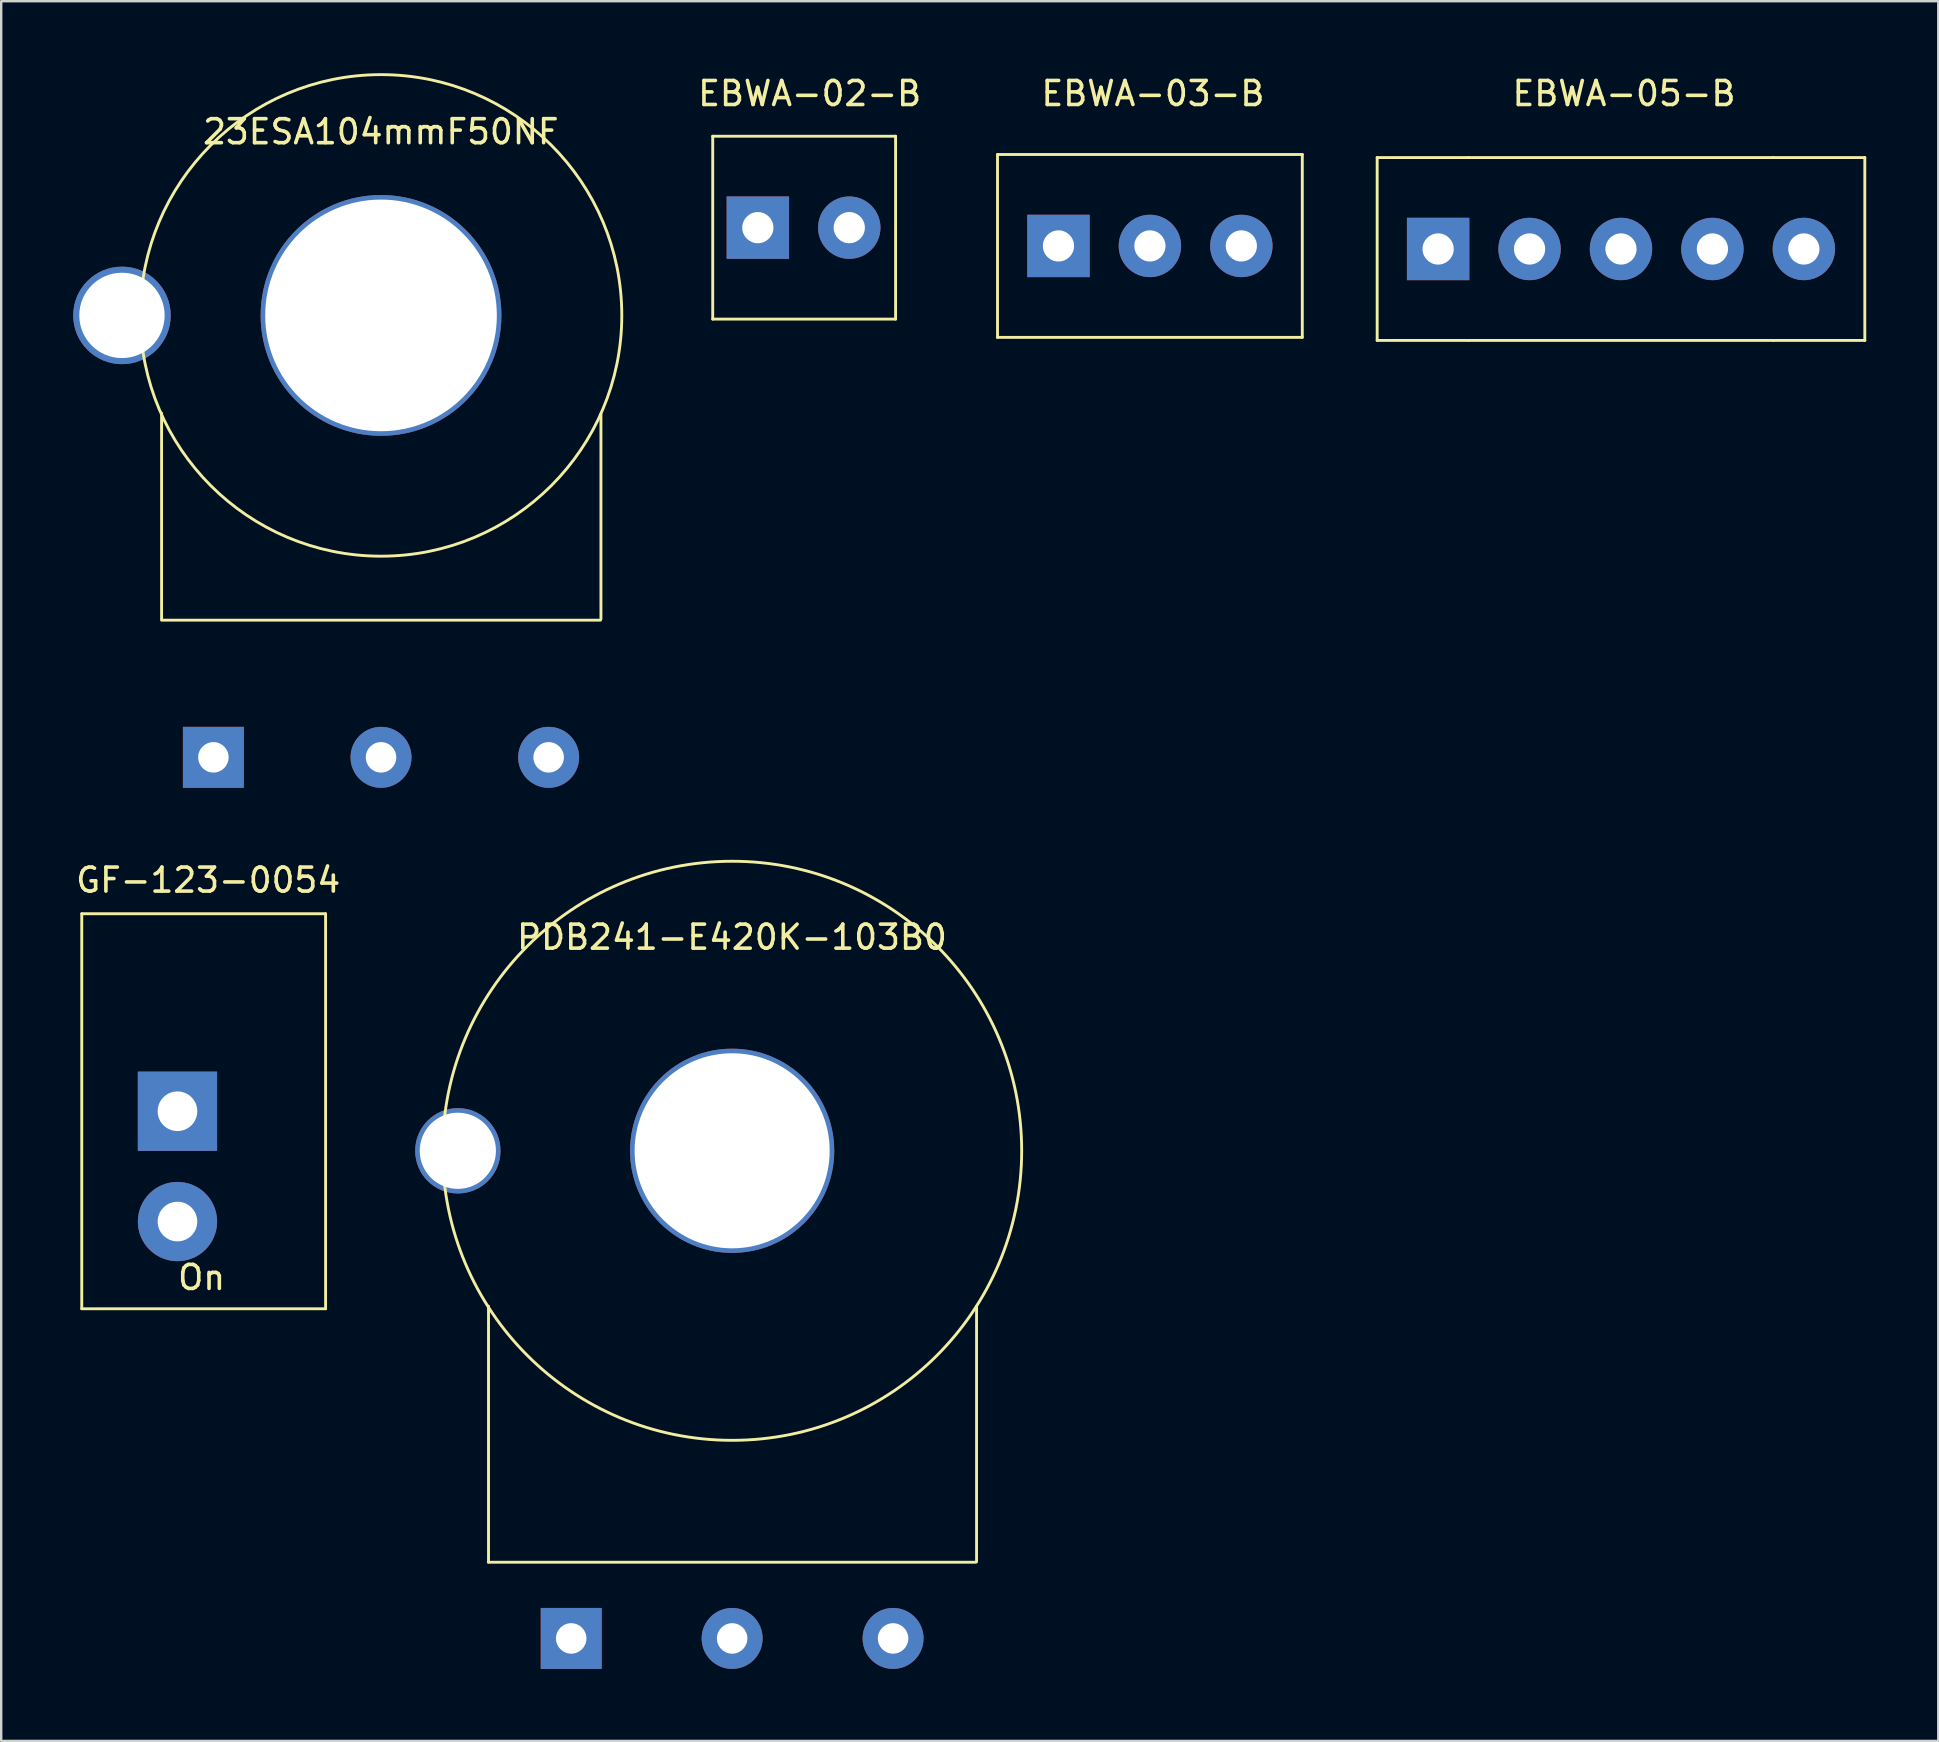
<source format=kicad_pcb>
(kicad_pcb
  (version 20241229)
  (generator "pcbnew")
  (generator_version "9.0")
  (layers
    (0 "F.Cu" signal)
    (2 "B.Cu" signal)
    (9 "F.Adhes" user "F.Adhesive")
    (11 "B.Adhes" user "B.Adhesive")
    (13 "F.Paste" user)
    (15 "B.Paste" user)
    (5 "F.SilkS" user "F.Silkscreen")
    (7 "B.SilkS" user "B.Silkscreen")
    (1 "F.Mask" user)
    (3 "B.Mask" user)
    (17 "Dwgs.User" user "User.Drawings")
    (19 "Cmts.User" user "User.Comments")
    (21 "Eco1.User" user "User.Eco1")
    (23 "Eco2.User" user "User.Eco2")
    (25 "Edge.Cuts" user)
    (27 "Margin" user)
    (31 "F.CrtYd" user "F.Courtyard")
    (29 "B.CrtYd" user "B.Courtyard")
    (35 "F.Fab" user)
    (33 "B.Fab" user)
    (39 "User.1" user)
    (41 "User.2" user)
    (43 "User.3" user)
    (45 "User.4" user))
  (footprint "EBWA-03-B"
    (layer "F.Cu")
    (at 44.866 7.198)
    (property "Reference" "EBWA-03-B" (at 0.127 -6.35 0) (layer "F.SilkS") (effects (font (size 1 1) (thickness 0.15))))
    (attr through_hole)
    (fp_line (start -6.35 -3.81) (end 6.35 -3.81) (stroke (width 0.12) (type solid)) (layer "F.SilkS"))
    (fp_line (start -6.35 3.81) (end -6.35 -3.81) (stroke (width 0.12) (type solid)) (layer "F.SilkS"))
    (fp_line (start 6.35 -3.81) (end 6.35 3.81) (stroke (width 0.12) (type solid)) (layer "F.SilkS"))
    (fp_line (start 6.35 3.81) (end -6.35 3.81) (stroke (width 0.12) (type solid)) (layer "F.SilkS"))
    (pad "1" thru_hole rect (at -3.81 0) (size 2.6 2.6) (drill 1.3) (layers "*.Cu" "*.Mask"))
    (pad "2" thru_hole circle (at 0 0) (size 2.6 2.6) (drill 1.3) (layers "*.Cu" "*.Mask"))
    (pad "3" thru_hole circle (at 3.81 0) (size 2.6 2.6) (drill 1.3) (layers "*.Cu" "*.Mask")))
  (footprint "EBWA-05-B"
    (layer "F.Cu")
    (at 64.496 7.325)
    (property "Reference" "EBWA-05-B" (at 0.127 -6.477 0) (layer "F.SilkS") (effects (font (size 1 1) (thickness 0.15))))
    (attr through_hole)
    (fp_line (start -10.16 -3.81) (end -10.16 3.81) (stroke (width 0.12) (type solid)) (layer "F.SilkS"))
    (fp_line (start -10.16 3.81) (end -6.35 3.81) (stroke (width 0.12) (type solid)) (layer "F.SilkS"))
    (fp_line (start -6.35 -3.81) (end -10.16 -3.81) (stroke (width 0.12) (type solid)) (layer "F.SilkS"))
    (fp_line (start -6.35 -3.81) (end 6.35 -3.81) (stroke (width 0.12) (type solid)) (layer "F.SilkS"))
    (fp_line (start 6.35 -3.81) (end 10.16 -3.81) (stroke (width 0.12) (type solid)) (layer "F.SilkS"))
    (fp_line (start 6.35 3.81) (end -6.35 3.81) (stroke (width 0.12) (type solid)) (layer "F.SilkS"))
    (fp_line (start 10.16 -3.81) (end 10.16 3.81) (stroke (width 0.12) (type solid)) (layer "F.SilkS"))
    (fp_line (start 10.16 3.81) (end 6.35 3.81) (stroke (width 0.12) (type solid)) (layer "F.SilkS"))
    (pad "1" thru_hole rect (at -7.62 0) (size 2.6 2.6) (drill 1.3) (layers "*.Cu" "*.Mask"))
    (pad "2" thru_hole circle (at -3.81 0) (size 2.6 2.6) (drill 1.3) (layers "*.Cu" "*.Mask"))
    (pad "3" thru_hole circle (at 0 0) (size 2.6 2.6) (drill 1.3) (layers "*.Cu" "*.Mask"))
    (pad "4" thru_hole circle (at 3.81 0) (size 2.6 2.6) (drill 1.3) (layers "*.Cu" "*.Mask"))
    (pad "5" thru_hole circle (at 7.62 0) (size 2.6 2.6) (drill 1.3) (layers "*.Cu" "*.Mask")))
  (footprint "EBWA-02-B"
    (layer "F.Cu")
    (at 30.434 6.436)
    (property "Reference" "EBWA-02-B" (at 0.254 -5.588 0) (layer "F.SilkS") (effects (font (size 1 1) (thickness 0.15))))
    (attr through_hole)
    (fp_line (start -3.785 -3.81) (end 3.835 -3.81) (stroke (width 0.12) (type solid)) (layer "F.SilkS"))
    (fp_line (start -3.785 3.81) (end -3.785 -3.81) (stroke (width 0.12) (type solid)) (layer "F.SilkS"))
    (fp_line (start 3.835 -3.81) (end 3.835 3.81) (stroke (width 0.12) (type solid)) (layer "F.SilkS"))
    (fp_line (start 3.835 3.81) (end -3.785 3.81) (stroke (width 0.12) (type solid)) (layer "F.SilkS"))
    (pad "1" thru_hole rect (at -1.905 0) (size 2.6 2.6) (drill 1.3) (layers "*.Cu" "*.Mask"))
    (pad "2" thru_hole circle (at 1.905 0) (size 2.6 2.6) (drill 1.3) (layers "*.Cu" "*.Mask")))
  (footprint "23ESA104mmF50NF"
    (layer "F.Cu")
    (at 12.827 10.093)
    (property "Reference" "23ESA104mmF50NF" (at -0.008 -7.653 0) (layer "F.SilkS") (effects (font (size 1 1) (thickness 0.15))))
    (attr through_hole)
    (fp_line (start -9.144 12.652) (end -9.144 4.074) (stroke (width 0.12) (type solid)) (layer "F.SilkS"))
    (fp_line (start -9.144 12.7) (end 9.144 12.7) (stroke (width 0.12) (type solid)) (layer "F.SilkS"))
    (fp_line (start 9.164 12.652) (end 9.164 4.107) (stroke (width 0.12) (type solid)) (layer "F.SilkS"))
    (fp_circle (center 0 0) (end 10.033 0) (stroke (width 0.12) (type solid)) (fill no) (layer "F.SilkS"))
    (pad "" thru_hole circle (at -10.795 0) (size 4.064 4.064) (drill 3.556) (layers "*.Cu" "*.Mask"))
    (pad "" thru_hole circle (at 0 0) (size 10.033 10.033) (drill 9.652) (layers "*.Cu" "*.Mask"))
    (pad "1" thru_hole rect (at -6.985 18.415) (size 2.54 2.54) (drill 1.27) (layers "*.Cu" "*.Mask"))
    (pad "2" thru_hole circle (at 0 18.415) (size 2.54 2.54) (drill 1.27) (layers "*.Cu" "*.Mask"))
    (pad "3" thru_hole circle (at 6.985 18.415) (size 2.54 2.54) (drill 1.27) (layers "*.Cu" "*.Mask")))
  (footprint "GF-123-0054"
    (layer "F.Cu")
    (at 5.437 43.255)
    (property "Reference" "GF-123-0054" (at 0.188 -9.629 0) (layer "F.SilkS") (effects (font (size 1 1) (thickness 0.15))))
    (attr through_hole)
    (fp_line (start -5.08 -8.23) (end -5.08 8.23) (stroke (width 0.12) (type solid)) (layer "F.SilkS"))
    (fp_line (start -5.08 -8.23) (end 5.08 -8.23) (stroke (width 0.12) (type solid)) (layer "F.SilkS"))
    (fp_line (start -5.08 8.23) (end 5.08 8.23) (stroke (width 0.12) (type solid)) (layer "F.SilkS"))
    (fp_line (start 5.08 -8.23) (end 5.08 8.23) (stroke (width 0.12) (type solid)) (layer "F.SilkS"))
    (fp_text user "On" (at -0.086 6.927 0) (layer "F.SilkS") (effects (font (size 1 1) (thickness 0.15))))
    (pad "1" thru_hole rect (at -1.092 0) (size 3.302 3.302) (drill 1.651) (layers "*.Cu" "*.Mask"))
    (pad "2" thru_hole circle (at -1.092 4.597) (size 3.302 3.302) (drill 1.651) (layers "*.Cu" "*.Mask")))
  (footprint "PDB241-E420K-103B0"
    (layer "F.Cu")
    (at 27.458 44.903)
    (property "Reference" "PDB241-E420K-103B0" (at -0.008 -8.9 0) (layer "F.SilkS") (effects (font (size 1 1) (thickness 0.15))))
    (attr through_hole)
    (fp_line (start -10.16 17.145) (end 10.16 17.145) (stroke (width 0.12) (type solid)) (layer "F.SilkS"))
    (fp_line (start -10.152 17.137) (end -10.152 6.477) (stroke (width 0.12) (type solid)) (layer "F.SilkS"))
    (fp_line (start 10.185 17.117) (end 10.185 6.477) (stroke (width 0.12) (type solid)) (layer "F.SilkS"))
    (fp_circle (center 0 0) (end 12.065 0) (stroke (width 0.12) (type solid)) (fill no) (layer "F.SilkS"))
    (pad "" thru_hole circle (at -11.43 0) (size 3.556 3.556) (drill 3.175) (layers "*.Cu" "*.Mask"))
    (pad "" thru_hole circle (at 0 0) (size 8.509 8.509) (drill 8.128) (layers "*.Cu" "*.Mask"))
    (pad "1" thru_hole rect (at -6.706 20.32) (size 2.54 2.54) (drill 1.27) (layers "*.Cu" "*.Mask"))
    (pad "2" thru_hole circle (at 0 20.32) (size 2.54 2.54) (drill 1.27) (layers "*.Cu" "*.Mask"))
    (pad "3" thru_hole circle (at 6.706 20.32) (size 2.54 2.54) (drill 1.27) (layers "*.Cu" "*.Mask")))
  (gr_rect
    (start -3 -3)
    (end 77.716 69.493)
    (stroke (width 0.1) (type default))
    (fill no)
    (layer "Edge.Cuts")))
</source>
